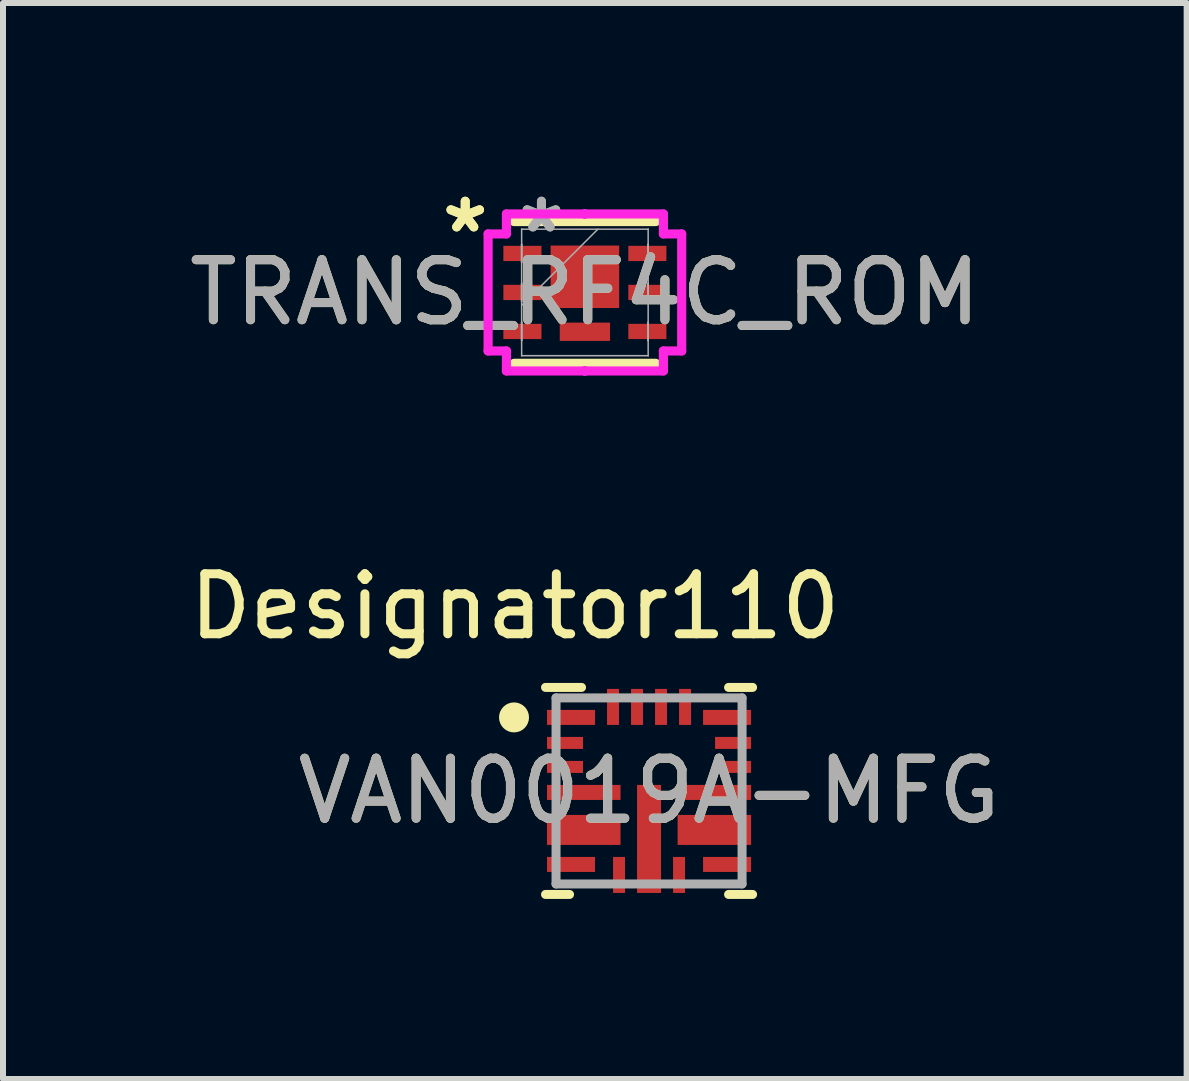
<source format=kicad_pcb>
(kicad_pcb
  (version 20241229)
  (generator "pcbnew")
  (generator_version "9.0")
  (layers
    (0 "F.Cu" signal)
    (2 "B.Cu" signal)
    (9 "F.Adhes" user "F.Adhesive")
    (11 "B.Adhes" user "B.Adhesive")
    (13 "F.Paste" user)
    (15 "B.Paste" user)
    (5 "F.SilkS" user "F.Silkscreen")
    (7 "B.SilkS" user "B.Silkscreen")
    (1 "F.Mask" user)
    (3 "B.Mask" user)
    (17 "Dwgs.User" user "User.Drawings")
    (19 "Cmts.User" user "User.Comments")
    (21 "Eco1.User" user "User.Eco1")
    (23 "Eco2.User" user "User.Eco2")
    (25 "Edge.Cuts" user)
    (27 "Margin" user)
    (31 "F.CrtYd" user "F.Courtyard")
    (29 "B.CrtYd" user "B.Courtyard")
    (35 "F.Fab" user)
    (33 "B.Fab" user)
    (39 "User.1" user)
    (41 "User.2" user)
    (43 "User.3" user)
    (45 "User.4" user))
  (footprint "TRANS_RF4C_ROM"
    (layer "F.Cu")
    (at 6.696 1.823)
    (property "Reference" "TRANS_RF4C_ROM" (at 0 0 0) (unlocked yes) (layer "F.SilkS") (effects (font (size 1 1) (thickness 0.15))))
    (attr smd)
    (fp_line (start -1.181 1.181) (end 1.181 1.181) (stroke (width 0.152) (type solid)) (layer "F.SilkS"))
    (fp_line (start 1.181 -1.181) (end -1.181 -1.181) (stroke (width 0.152) (type solid)) (layer "F.SilkS"))
    (fp_line (start -1.613 -0.975) (end -1.308 -0.975) (stroke (width 0.152) (type solid)) (layer "F.CrtYd"))
    (fp_line (start -1.613 0.975) (end -1.613 -0.975) (stroke (width 0.152) (type solid)) (layer "F.CrtYd"))
    (fp_line (start -1.308 -1.308) (end 0 -1.308) (stroke (width 0.152) (type solid)) (layer "F.CrtYd"))
    (fp_line (start -1.308 -0.975) (end -1.308 -1.308) (stroke (width 0.152) (type solid)) (layer "F.CrtYd"))
    (fp_line (start -1.308 0.975) (end -1.613 0.975) (stroke (width 0.152) (type solid)) (layer "F.CrtYd"))
    (fp_line (start -1.308 1.308) (end -1.308 0.975) (stroke (width 0.152) (type solid)) (layer "F.CrtYd"))
    (fp_line (start 0 -1.308) (end 0 -1.308) (stroke (width 0.152) (type solid)) (layer "F.CrtYd"))
    (fp_line (start 0 -1.308) (end 0 -1.308) (stroke (width 0.152) (type solid)) (layer "F.CrtYd"))
    (fp_line (start 0 -1.308) (end 0 -1.308) (stroke (width 0.152) (type solid)) (layer "F.CrtYd"))
    (fp_line (start 0 -1.308) (end 1.308 -1.308) (stroke (width 0.152) (type solid)) (layer "F.CrtYd"))
    (fp_line (start 0 1.308) (end -1.308 1.308) (stroke (width 0.152) (type solid)) (layer "F.CrtYd"))
    (fp_line (start 0 1.308) (end 0 1.308) (stroke (width 0.152) (type solid)) (layer "F.CrtYd"))
    (fp_line (start 0 1.308) (end 0 1.308) (stroke (width 0.152) (type solid)) (layer "F.CrtYd"))
    (fp_line (start 0 1.308) (end 0 1.308) (stroke (width 0.152) (type solid)) (layer "F.CrtYd"))
    (fp_line (start 1.308 -1.308) (end 1.308 -0.975) (stroke (width 0.152) (type solid)) (layer "F.CrtYd"))
    (fp_line (start 1.308 -0.975) (end 1.613 -0.975) (stroke (width 0.152) (type solid)) (layer "F.CrtYd"))
    (fp_line (start 1.308 0.975) (end 1.308 1.308) (stroke (width 0.152) (type solid)) (layer "F.CrtYd"))
    (fp_line (start 1.308 1.308) (end 0 1.308) (stroke (width 0.152) (type solid)) (layer "F.CrtYd"))
    (fp_line (start 1.613 -0.975) (end 1.613 0.975) (stroke (width 0.152) (type solid)) (layer "F.CrtYd"))
    (fp_line (start 1.613 0.975) (end 1.308 0.975) (stroke (width 0.152) (type solid)) (layer "F.CrtYd"))
    (fp_line (start -1.054 -1.054) (end -1.054 -1.054) (stroke (width 0.025) (type solid)) (layer "F.Fab"))
    (fp_line (start -1.054 -1.054) (end -1.054 1.054) (stroke (width 0.025) (type solid)) (layer "F.Fab"))
    (fp_line (start -1.054 -0.802) (end -1.054 -0.802) (stroke (width 0.025) (type solid)) (layer "F.Fab"))
    (fp_line (start -1.054 -0.802) (end -1.054 -0.498) (stroke (width 0.025) (type solid)) (layer "F.Fab"))
    (fp_line (start -1.054 -0.498) (end -1.054 -0.802) (stroke (width 0.025) (type solid)) (layer "F.Fab"))
    (fp_line (start -1.054 -0.498) (end -1.054 -0.498) (stroke (width 0.025) (type solid)) (layer "F.Fab"))
    (fp_line (start -1.054 -0.152) (end -1.054 -0.152) (stroke (width 0.025) (type solid)) (layer "F.Fab"))
    (fp_line (start -1.054 -0.152) (end -1.054 0.152) (stroke (width 0.025) (type solid)) (layer "F.Fab"))
    (fp_line (start -1.054 0.152) (end -1.054 -0.152) (stroke (width 0.025) (type solid)) (layer "F.Fab"))
    (fp_line (start -1.054 0.152) (end -1.054 0.152) (stroke (width 0.025) (type solid)) (layer "F.Fab"))
    (fp_line (start -1.054 0.216) (end 0.216 -1.054) (stroke (width 0.025) (type solid)) (layer "F.Fab"))
    (fp_line (start -1.054 0.498) (end -1.054 0.498) (stroke (width 0.025) (type solid)) (layer "F.Fab"))
    (fp_line (start -1.054 0.498) (end -1.054 0.802) (stroke (width 0.025) (type solid)) (layer "F.Fab"))
    (fp_line (start -1.054 0.802) (end -1.054 0.498) (stroke (width 0.025) (type solid)) (layer "F.Fab"))
    (fp_line (start -1.054 0.802) (end -1.054 0.802) (stroke (width 0.025) (type solid)) (layer "F.Fab"))
    (fp_line (start -1.054 1.054) (end -1.054 1.054) (stroke (width 0.025) (type solid)) (layer "F.Fab"))
    (fp_line (start -1.054 1.054) (end 1.054 1.054) (stroke (width 0.025) (type solid)) (layer "F.Fab"))
    (fp_line (start 1.054 -1.054) (end -1.054 -1.054) (stroke (width 0.025) (type solid)) (layer "F.Fab"))
    (fp_line (start 1.054 -1.054) (end 1.054 -1.054) (stroke (width 0.025) (type solid)) (layer "F.Fab"))
    (fp_line (start 1.054 -0.802) (end 1.054 -0.802) (stroke (width 0.025) (type solid)) (layer "F.Fab"))
    (fp_line (start 1.054 -0.802) (end 1.054 -0.498) (stroke (width 0.025) (type solid)) (layer "F.Fab"))
    (fp_line (start 1.054 -0.498) (end 1.054 -0.802) (stroke (width 0.025) (type solid)) (layer "F.Fab"))
    (fp_line (start 1.054 -0.498) (end 1.054 -0.498) (stroke (width 0.025) (type solid)) (layer "F.Fab"))
    (fp_line (start 1.054 -0.152) (end 1.054 -0.152) (stroke (width 0.025) (type solid)) (layer "F.Fab"))
    (fp_line (start 1.054 -0.152) (end 1.054 0.152) (stroke (width 0.025) (type solid)) (layer "F.Fab"))
    (fp_line (start 1.054 0.152) (end 1.054 -0.152) (stroke (width 0.025) (type solid)) (layer "F.Fab"))
    (fp_line (start 1.054 0.152) (end 1.054 0.152) (stroke (width 0.025) (type solid)) (layer "F.Fab"))
    (fp_line (start 1.054 0.498) (end 1.054 0.498) (stroke (width 0.025) (type solid)) (layer "F.Fab"))
    (fp_line (start 1.054 0.498) (end 1.054 0.802) (stroke (width 0.025) (type solid)) (layer "F.Fab"))
    (fp_line (start 1.054 0.802) (end 1.054 0.498) (stroke (width 0.025) (type solid)) (layer "F.Fab"))
    (fp_line (start 1.054 0.802) (end 1.054 0.802) (stroke (width 0.025) (type solid)) (layer "F.Fab"))
    (fp_line (start 1.054 1.054) (end 1.054 -1.054) (stroke (width 0.025) (type solid)) (layer "F.Fab"))
    (fp_line (start 1.054 1.054) (end 1.054 1.054) (stroke (width 0.025) (type solid)) (layer "F.Fab"))
    (fp_text user "*" (at -1.994 -0.975 0) (unlocked yes) (layer "F.SilkS") (effects (font (size 1 1) (thickness 0.15))))
    (fp_text user "*" (at -1.994 -0.975 0) (layer "F.SilkS") (effects (font (size 1 1) (thickness 0.15))))
    (fp_text user "${REFERENCE}" (at 0 0 0) (unlocked yes) (layer "F.Fab") (effects (font (size 1 1) (thickness 0.15))))
    (fp_text user "*" (at -0.724 -0.975 0) (unlocked yes) (layer "F.Fab") (effects (font (size 1 1) (thickness 0.15))))
    (fp_text user "*" (at -0.724 -0.975 0) (layer "F.Fab") (effects (font (size 1 1) (thickness 0.15))))
    (pad "1" smd rect (at -1.041 -0.65 90) (size 0.254 0.635) (layers "F.Cu" "F.Mask" "F.Paste"))
    (pad "2" smd rect (at -1.041 0 90) (size 0.254 0.635) (layers "F.Cu" "F.Mask" "F.Paste"))
    (pad "3" smd rect (at -1.041 0.65 90) (size 0.254 0.635) (layers "F.Cu" "F.Mask" "F.Paste"))
    (pad "4" smd rect (at 1.041 0.65 90) (size 0.254 0.635) (layers "F.Cu" "F.Mask" "F.Paste"))
    (pad "5" smd rect (at 1.041 0 90) (size 0.254 0.635) (layers "F.Cu" "F.Mask" "F.Paste"))
    (pad "6" smd rect (at 1.041 -0.65 90) (size 0.254 0.635) (layers "F.Cu" "F.Mask" "F.Paste"))
    (pad "7" smd rect (at 0 -0.261) (size 1.143 1.041) (layers "F.Cu" "F.Mask" "F.Paste"))
    (pad "8" smd rect (at 0 0.655) (size 0.838 0.305) (layers "F.Cu" "F.Mask" "F.Paste")))
  (footprint "VAN0019A-MFG"
    (layer "F.Cu")
    (at 7.765 10.129)
    (property "Reference" "VAN0019A-MFG" (at 0 0 0) (unlocked yes) (layer "F.SilkS") (effects (font (size 1 1) (thickness 0.15))))
    (attr smd)
    (fp_line (start -1.725 -1.725) (end -1.125 -1.725) (stroke (width 0.15) (type solid)) (layer "F.SilkS"))
    (fp_line (start -1.725 1.725) (end -1.325 1.725) (stroke (width 0.15) (type solid)) (layer "F.SilkS"))
    (fp_line (start 1.325 -1.725) (end 1.725 -1.725) (stroke (width 0.15) (type solid)) (layer "F.SilkS"))
    (fp_line (start 1.325 1.725) (end 1.725 1.725) (stroke (width 0.15) (type solid)) (layer "F.SilkS"))
    (fp_circle (center -2.25 -1.225) (end -2.125 -1.225) (stroke (width 0.25) (type solid)) (fill no) (layer "F.SilkS"))
    (fp_poly (pts (xy -1.238 0.9) (xy -1.651 0.9) (xy -1.7 0.85) (xy -1.7 0.45) (xy -1.651 0.4) (xy -1.238 0.4) (xy -1.188 0.45) (xy -1.188 0.85)) (stroke (width 0) (type solid)) (fill yes) (layer "F.Paste"))
    (fp_poly (pts (xy -1.188 -0.05) (xy -1.188 0.1) (xy -1.238 0.15) (xy -1.651 0.15) (xy -1.7 0.1) (xy -1.7 -0.05) (xy -1.651 -0.1) (xy -1.238 -0.1)) (stroke (width 0) (type solid)) (fill yes) (layer "F.Paste"))
    (fp_poly (pts (xy -0.988 0.45) (xy -0.937 0.4) (xy -0.524 0.4) (xy -0.474 0.45) (xy -0.474 0.85) (xy -0.524 0.9) (xy -0.937 0.9) (xy -0.988 0.85)) (stroke (width 0) (type solid)) (fill yes) (layer "F.Paste"))
    (fp_poly (pts (xy -0.937 -0.1) (xy -0.524 -0.1) (xy -0.474 -0.05) (xy -0.474 0.1) (xy -0.524 0.15) (xy -0.937 0.15) (xy -0.988 0.1) (xy -0.988 -0.05)) (stroke (width 0) (type solid)) (fill yes) (layer "F.Paste"))
    (fp_poly (pts (xy -0.15 -0.1) (xy 0.15 -0.1) (xy 0.2 -0.05) (xy 0.2 0.65) (xy 0.15 0.7) (xy -0.15 0.7) (xy -0.2 0.65) (xy -0.2 -0.05)) (stroke (width 0) (type solid)) (fill yes) (layer "F.Paste"))
    (fp_poly (pts (xy 0.2 0.95) (xy 0.2 1.65) (xy 0.15 1.7) (xy -0.15 1.7) (xy -0.2 1.65) (xy -0.2 0.95) (xy -0.15 0.9) (xy 0.15 0.9)) (stroke (width 0) (type solid)) (fill yes) (layer "F.Paste"))
    (fp_poly (pts (xy 0.474 0.1) (xy 0.474 -0.05) (xy 0.524 -0.1) (xy 0.937 -0.1) (xy 0.988 -0.05) (xy 0.988 0.1) (xy 0.937 0.15) (xy 0.524 0.15)) (stroke (width 0) (type solid)) (fill yes) (layer "F.Paste"))
    (fp_poly (pts (xy 0.524 0.4) (xy 0.937 0.4) (xy 0.988 0.45) (xy 0.988 0.85) (xy 0.937 0.9) (xy 0.524 0.9) (xy 0.474 0.85) (xy 0.474 0.45)) (stroke (width 0) (type solid)) (fill yes) (layer "F.Paste"))
    (fp_poly (pts (xy 1.7 -0.05) (xy 1.7 0.1) (xy 1.651 0.15) (xy 1.238 0.15) (xy 1.188 0.1) (xy 1.188 -0.05) (xy 1.238 -0.1) (xy 1.651 -0.1)) (stroke (width 0) (type solid)) (fill yes) (layer "F.Paste"))
    (fp_poly (pts (xy 1.7 0.85) (xy 1.651 0.9) (xy 1.238 0.9) (xy 1.188 0.85) (xy 1.188 0.45) (xy 1.238 0.4) (xy 1.651 0.4) (xy 1.7 0.45)) (stroke (width 0) (type solid)) (fill yes) (layer "F.Paste"))
    (fp_line (start -1.55 -1.55) (end 1.55 -1.55) (stroke (width 0.15) (type solid)) (layer "F.Fab"))
    (fp_line (start -1.55 1.55) (end -1.55 -1.55) (stroke (width 0.15) (type solid)) (layer "F.Fab"))
    (fp_line (start -1.55 1.55) (end 1.55 1.55) (stroke (width 0.15) (type solid)) (layer "F.Fab"))
    (fp_line (start 1.55 1.55) (end 1.55 -1.55) (stroke (width 0.15) (type solid)) (layer "F.Fab"))
    (fp_text user "Designator110" (at -2.235 -3.073 0) (unlocked yes) (layer "F.SilkS") (effects (font (size 1 1) (thickness 0.15))))
    (fp_text user "${REFERENCE}" (at 0 0 0) (unlocked yes) (layer "F.Fab") (effects (font (size 1 1) (thickness 0.15))))
    (pad "1" smd rect (at -1.3 -1.225) (size 0.8 0.25) (layers "F.Cu" "F.Mask" "F.Paste"))
    (pad "2" smd rect (at -1.4 -0.8 90) (size 0.2 0.6) (layers "F.Cu" "F.Mask" "F.Paste"))
    (pad "3" smd rect (at -1.4 -0.4 90) (size 0.2 0.6) (layers "F.Cu" "F.Mask" "F.Paste"))
    (pad "4" smd rect (at -1.088 0.025) (size 1.225 0.25) (layers "F.Cu" "F.Mask"))
    (pad "5" smd rect (at -1.088 0.65) (size 1.225 0.5) (layers "F.Cu" "F.Mask"))
    (pad "6" smd rect (at -1.3 1.225) (size 0.8 0.25) (layers "F.Cu" "F.Mask" "F.Paste"))
    (pad "7" smd rect (at -0.5 1.4) (size 0.2 0.6) (layers "F.Cu" "F.Mask" "F.Paste"))
    (pad "8" smd rect (at 0 0.8) (size 0.4 1.8) (layers "F.Cu" "F.Mask"))
    (pad "9" smd rect (at 0.5 1.4) (size 0.2 0.6) (layers "F.Cu" "F.Mask" "F.Paste"))
    (pad "10" smd rect (at 1.3 1.225) (size 0.8 0.25) (layers "F.Cu" "F.Mask" "F.Paste"))
    (pad "11" smd rect (at 1.088 0.65) (size 1.225 0.5) (layers "F.Cu" "F.Mask"))
    (pad "12" smd rect (at 1.088 0.025) (size 1.225 0.25) (layers "F.Cu" "F.Mask"))
    (pad "13" smd rect (at 1.4 -0.4 90) (size 0.2 0.6) (layers "F.Cu" "F.Mask" "F.Paste"))
    (pad "14" smd rect (at 1.4 -0.8 90) (size 0.2 0.6) (layers "F.Cu" "F.Mask" "F.Paste"))
    (pad "15" smd rect (at 1.3 -1.225) (size 0.8 0.25) (layers "F.Cu" "F.Mask" "F.Paste"))
    (pad "16" smd rect (at 0.6 -1.4) (size 0.2 0.6) (layers "F.Cu" "F.Mask" "F.Paste"))
    (pad "17" smd rect (at 0.2 -1.4) (size 0.2 0.6) (layers "F.Cu" "F.Mask" "F.Paste"))
    (pad "18" smd rect (at -0.2 -1.4) (size 0.2 0.6) (layers "F.Cu" "F.Mask" "F.Paste"))
    (pad "19" smd rect (at -0.6 -1.4) (size 0.2 0.6) (layers "F.Cu" "F.Mask" "F.Paste")))
  (gr_rect
    (start -3 -3)
    (end 16.723 14.929)
    (stroke (width 0.1) (type default))
    (fill no)
    (layer "Edge.Cuts")))
</source>
